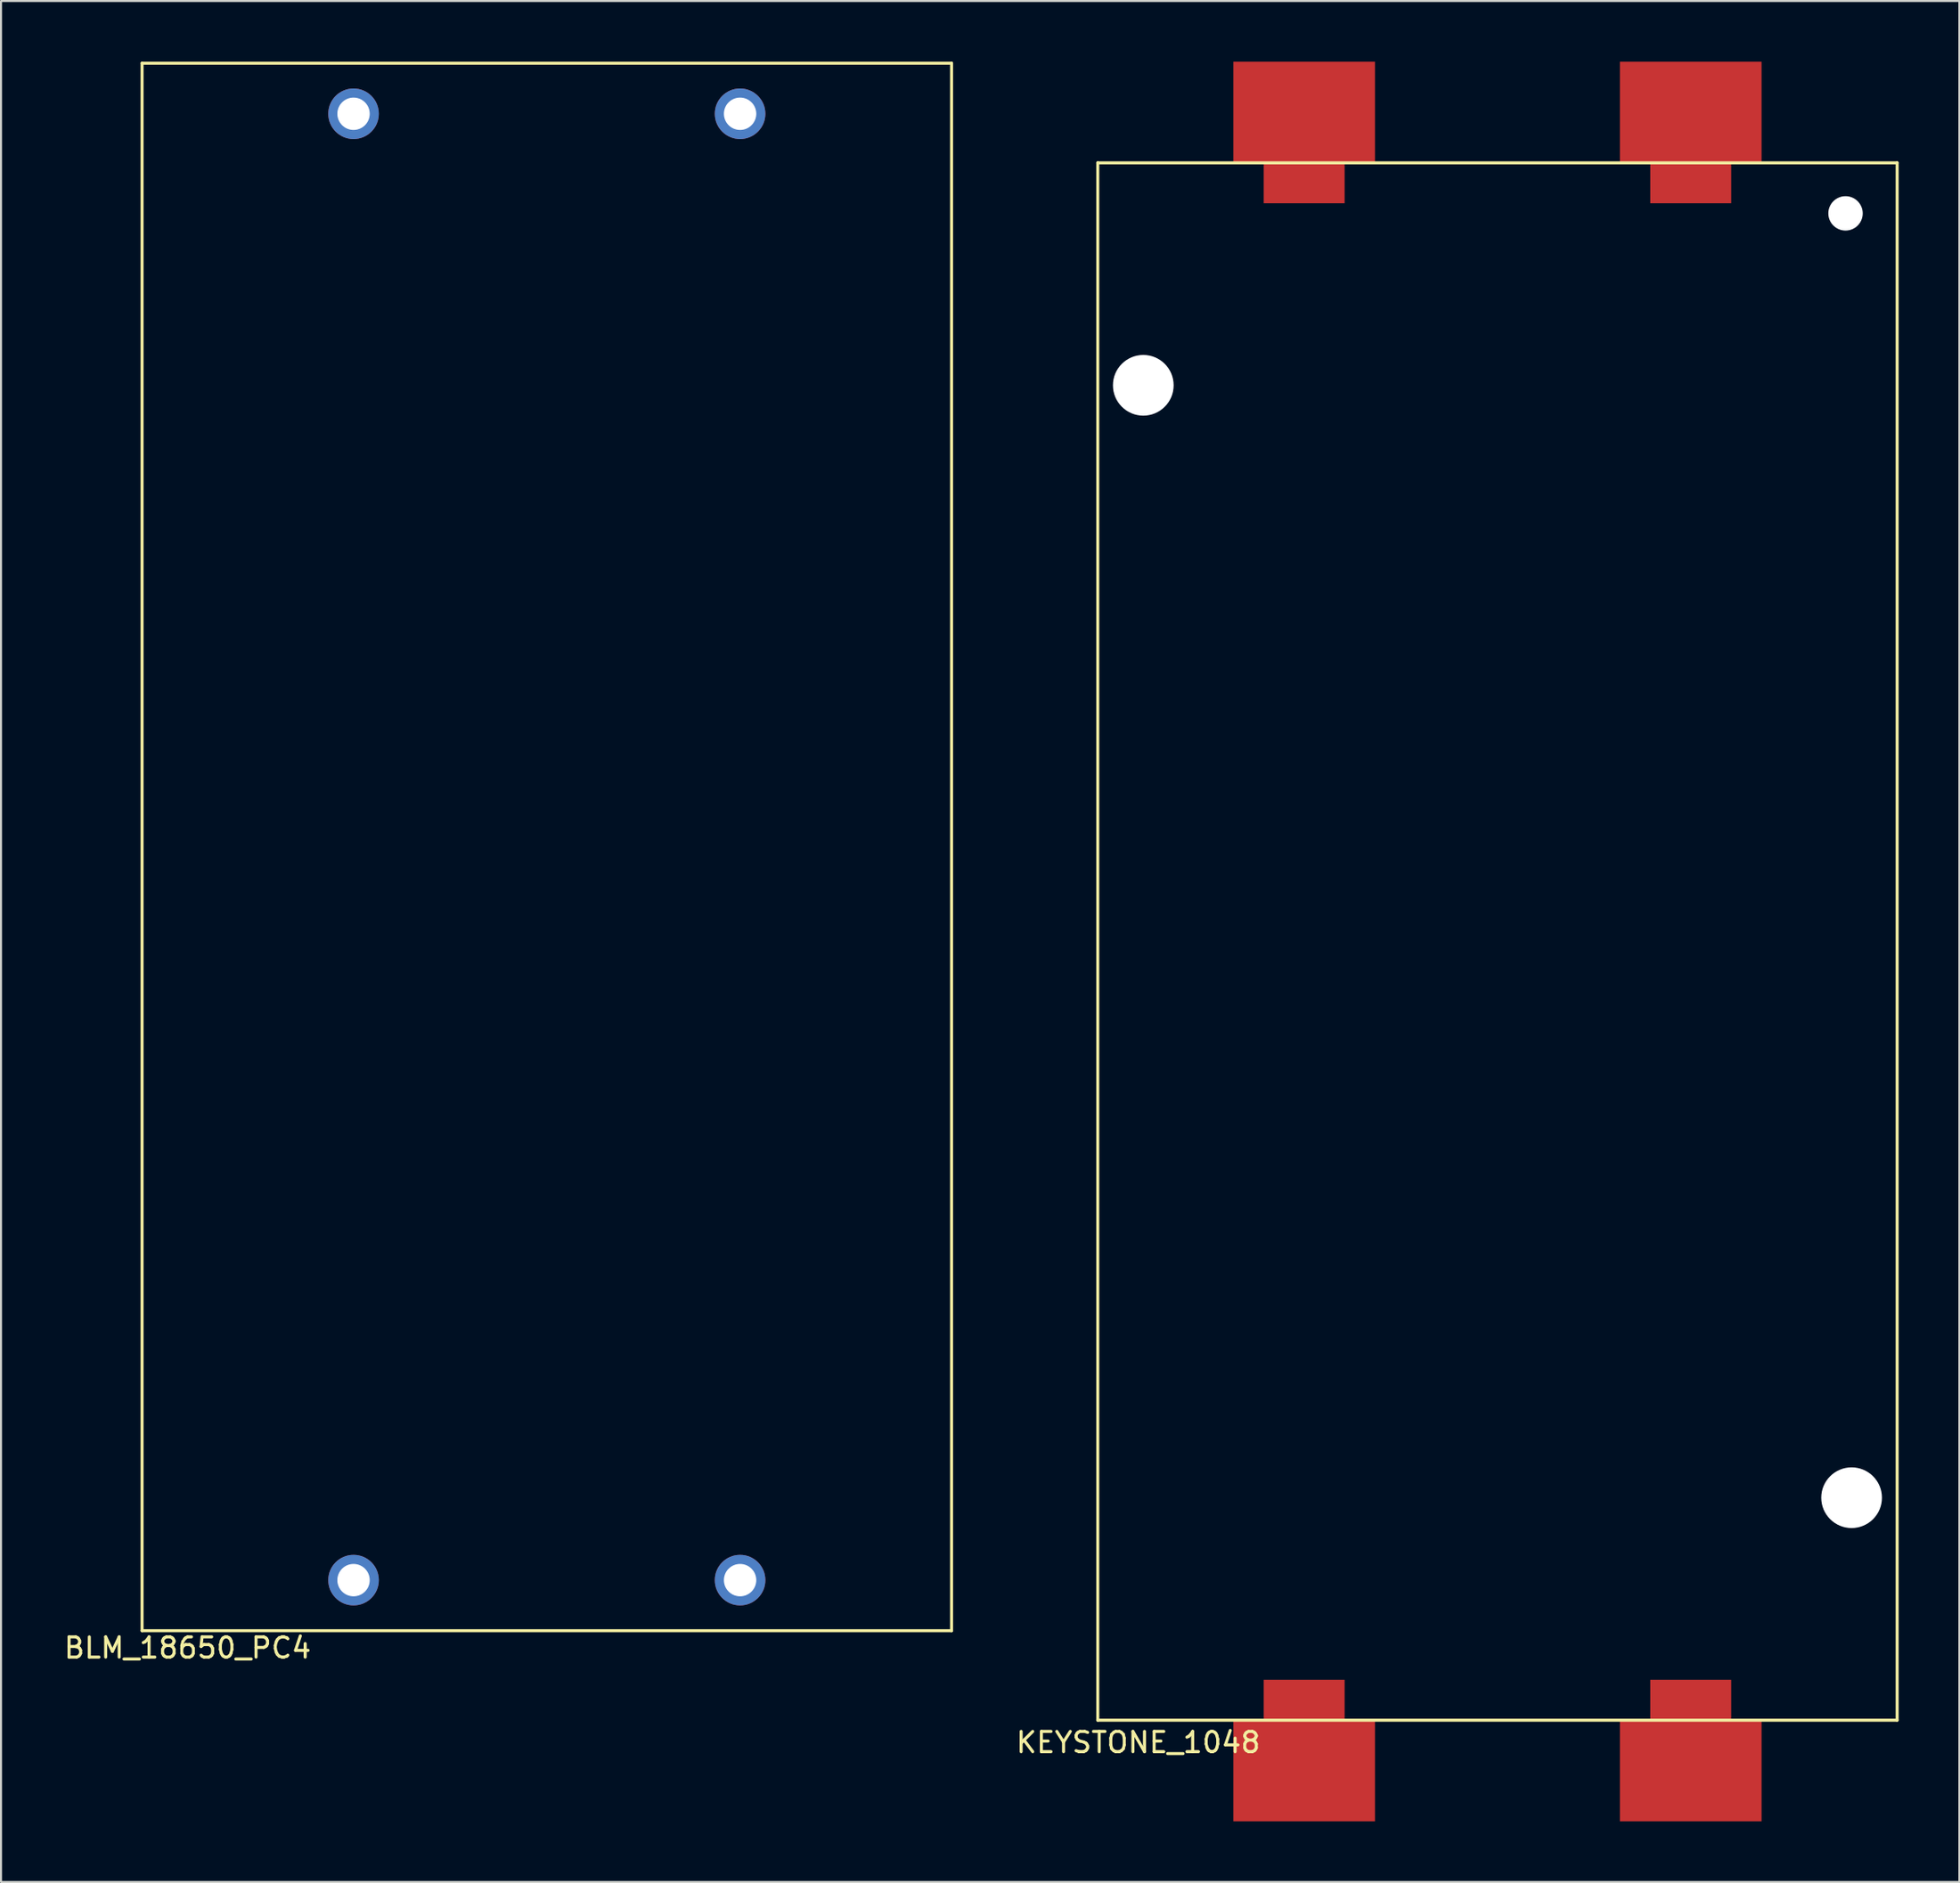
<source format=kicad_pcb>
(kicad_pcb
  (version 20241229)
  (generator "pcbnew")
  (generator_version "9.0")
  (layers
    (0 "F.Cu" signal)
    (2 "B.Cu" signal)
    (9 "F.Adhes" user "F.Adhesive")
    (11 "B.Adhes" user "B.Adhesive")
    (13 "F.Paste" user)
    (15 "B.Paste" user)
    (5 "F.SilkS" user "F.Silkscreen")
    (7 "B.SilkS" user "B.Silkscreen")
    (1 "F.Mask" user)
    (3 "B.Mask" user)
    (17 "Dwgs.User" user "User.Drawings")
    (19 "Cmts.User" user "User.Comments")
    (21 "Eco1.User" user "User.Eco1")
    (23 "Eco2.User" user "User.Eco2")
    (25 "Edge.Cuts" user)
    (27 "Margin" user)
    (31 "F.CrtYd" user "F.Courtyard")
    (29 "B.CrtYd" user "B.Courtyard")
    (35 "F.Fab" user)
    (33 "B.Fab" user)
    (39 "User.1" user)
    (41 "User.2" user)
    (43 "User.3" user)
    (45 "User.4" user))
  (footprint "BLM_18650_PC4"
    (layer "F.Cu")
    (at 23.97 38.825)
    (property "Reference" "BLM_18650_PC4" (at -17.75 39.6 0) (layer "F.SilkS") (effects (font (size 1 1) (thickness 0.15))))
    (attr through_hole)
    (fp_line (start -20 -38.75) (end -20 38.75) (stroke (width 0.15) (type solid)) (layer "F.SilkS"))
    (fp_line (start -20 -38.75) (end 20 -38.75) (stroke (width 0.15) (type solid)) (layer "F.SilkS"))
    (fp_line (start -20 38.75) (end 20 38.75) (stroke (width 0.15) (type solid)) (layer "F.SilkS"))
    (fp_line (start 20 -38.75) (end 20 38.75) (stroke (width 0.15) (type solid)) (layer "F.SilkS"))
    (pad "1" thru_hole circle (at -9.55 -36.25) (size 2.5 2.5) (drill 1.6) (layers "*.Cu" "*.Mask"))
    (pad "2" thru_hole circle (at 9.55 -36.25) (size 2.5 2.5) (drill 1.6) (layers "*.Cu" "*.Mask"))
    (pad "3" thru_hole circle (at -9.55 36.25) (size 2.5 2.5) (drill 1.6) (layers "*.Cu" "*.Mask"))
    (pad "4" thru_hole circle (at 9.55 36.25) (size 2.5 2.5) (drill 1.6) (layers "*.Cu" "*.Mask")))
  (footprint "KEYSTONE_1048"
    (layer "F.Cu")
    (at 70.944 43.5)
    (property "Reference" "KEYSTONE_1048" (at -17.75 39.6 0) (layer "F.SilkS") (effects (font (size 1 1) (thickness 0.15))))
    (attr through_hole)
    (fp_line (start -19.75 -38.5) (end -19.75 38.5) (stroke (width 0.15) (type solid)) (layer "F.SilkS"))
    (fp_line (start -19.75 -38.5) (end 19.75 -38.5) (stroke (width 0.15) (type solid)) (layer "F.SilkS"))
    (fp_line (start -19.75 38.5) (end 19.75 38.5) (stroke (width 0.15) (type solid)) (layer "F.SilkS"))
    (fp_line (start 19.75 -38.5) (end 19.75 38.5) (stroke (width 0.15) (type solid)) (layer "F.SilkS"))
    (pad "" np_thru_hole circle (at -17.5 -27.5) (size 3 3) (drill 3) (layers "*.Cu" "*.Mask"))
    (pad "" np_thru_hole circle (at 17.2 -36) (size 1.7 1.7) (drill 1.7) (layers "*.Cu" "*.Mask"))
    (pad "" np_thru_hole circle (at 17.5 27.5) (size 3 3) (drill 3) (layers "*.Cu" "*.Mask"))
    (pad "1" smd rect (at -9.55 -41) (size 7 5) (layers "F.Cu" "F.Mask" "F.Paste"))
    (pad "1" smd rect (at -9.55 -37.5) (size 4 2) (layers "F.Cu" "F.Mask" "F.Paste"))
    (pad "2" smd rect (at 9.55 -41) (size 7 5) (layers "F.Cu" "F.Mask" "F.Paste"))
    (pad "2" smd rect (at 9.55 -37.5) (size 4 2) (layers "F.Cu" "F.Mask" "F.Paste"))
    (pad "3" smd rect (at -9.55 37.5) (size 4 2) (layers "F.Cu" "F.Mask" "F.Paste"))
    (pad "3" smd rect (at -9.55 41) (size 7 5) (layers "F.Cu" "F.Mask" "F.Paste"))
    (pad "4" smd rect (at 9.55 37.5) (size 4 2) (layers "F.Cu" "F.Mask" "F.Paste"))
    (pad "4" smd rect (at 9.55 41) (size 7 5) (layers "F.Cu" "F.Mask" "F.Paste")))
  (gr_rect
    (start -3 -3)
    (end 93.769 90)
    (stroke (width 0.1) (type default))
    (fill no)
    (layer "Edge.Cuts")))
</source>
